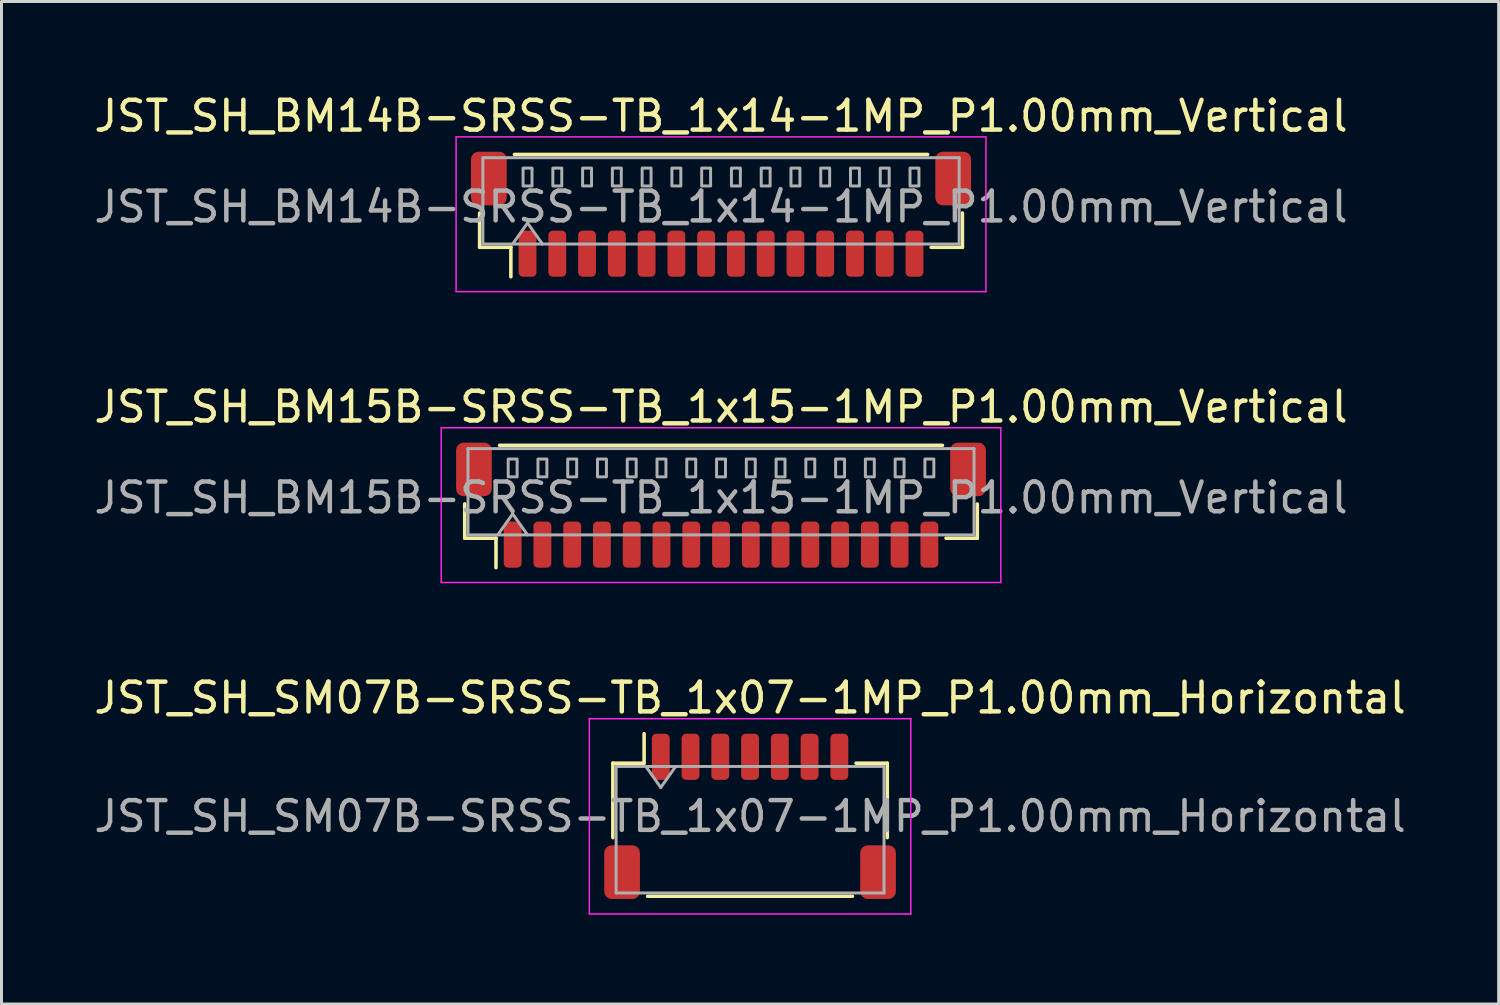
<source format=kicad_pcb>
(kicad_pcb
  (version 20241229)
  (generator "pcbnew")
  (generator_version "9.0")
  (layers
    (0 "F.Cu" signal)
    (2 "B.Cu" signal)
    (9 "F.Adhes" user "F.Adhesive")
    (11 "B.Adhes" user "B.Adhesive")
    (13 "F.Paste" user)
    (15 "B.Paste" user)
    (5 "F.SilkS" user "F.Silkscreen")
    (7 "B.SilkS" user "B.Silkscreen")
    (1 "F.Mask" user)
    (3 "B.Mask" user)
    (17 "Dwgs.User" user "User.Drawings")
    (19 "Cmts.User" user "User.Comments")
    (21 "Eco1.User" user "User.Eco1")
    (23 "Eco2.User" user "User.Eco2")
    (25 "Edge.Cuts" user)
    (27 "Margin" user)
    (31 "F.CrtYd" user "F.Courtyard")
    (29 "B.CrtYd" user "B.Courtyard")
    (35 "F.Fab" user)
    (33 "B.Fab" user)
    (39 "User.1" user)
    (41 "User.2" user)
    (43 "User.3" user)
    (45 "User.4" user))
  (footprint "JST_SH_BM14B-SRSS-TB_1x14-1MP_P1.00mm_Vertical"
    (layer "F.Cu")
    (at 21.173 4.148)
    (property "Reference" "JST_SH_BM14B-SRSS-TB_1x14-1MP_P1.00mm_Vertical" (at 0 -3.3 0) (layer "F.SilkS") (effects (font (size 1 1) (thickness 0.15))))
    (attr smd)
    (fp_line (start -8.11 -0.04) (end -8.11 1.11) (stroke (width 0.12) (type solid)) (layer "F.SilkS"))
    (fp_line (start -8.11 1.11) (end -7.06 1.11) (stroke (width 0.12) (type solid)) (layer "F.SilkS"))
    (fp_line (start -7.06 1.11) (end -7.06 2.1) (stroke (width 0.12) (type solid)) (layer "F.SilkS"))
    (fp_line (start -6.94 -2.01) (end 6.94 -2.01) (stroke (width 0.12) (type solid)) (layer "F.SilkS"))
    (fp_line (start 8.11 -0.04) (end 8.11 1.11) (stroke (width 0.12) (type solid)) (layer "F.SilkS"))
    (fp_line (start 8.11 1.11) (end 7.06 1.11) (stroke (width 0.12) (type solid)) (layer "F.SilkS"))
    (fp_line (start -8.9 -2.6) (end -8.9 2.6) (stroke (width 0.05) (type solid)) (layer "F.CrtYd"))
    (fp_line (start -8.9 2.6) (end 8.9 2.6) (stroke (width 0.05) (type solid)) (layer "F.CrtYd"))
    (fp_line (start 8.9 -2.6) (end -8.9 -2.6) (stroke (width 0.05) (type solid)) (layer "F.CrtYd"))
    (fp_line (start 8.9 2.6) (end 8.9 -2.6) (stroke (width 0.05) (type solid)) (layer "F.CrtYd"))
    (fp_line (start -8 -1.9) (end 8 -1.9) (stroke (width 0.1) (type solid)) (layer "F.Fab"))
    (fp_line (start -8 1) (end -8 -1.9) (stroke (width 0.1) (type solid)) (layer "F.Fab"))
    (fp_line (start -8 1) (end 8 1) (stroke (width 0.1) (type solid)) (layer "F.Fab"))
    (fp_line (start -7 1) (end -6.5 0.293) (stroke (width 0.1) (type solid)) (layer "F.Fab"))
    (fp_line (start -6.5 0.293) (end -6 1) (stroke (width 0.1) (type solid)) (layer "F.Fab"))
    (fp_line (start 8 1) (end 8 -1.9) (stroke (width 0.1) (type solid)) (layer "F.Fab"))
    (fp_rect (start -6.65 -1.55) (end -6.35 -0.95) (stroke (width 0.1) (type solid)) (fill no) (layer "F.Fab"))
    (fp_rect (start -5.65 -1.55) (end -5.35 -0.95) (stroke (width 0.1) (type solid)) (fill no) (layer "F.Fab"))
    (fp_rect (start -4.65 -1.55) (end -4.35 -0.95) (stroke (width 0.1) (type solid)) (fill no) (layer "F.Fab"))
    (fp_rect (start -3.65 -1.55) (end -3.35 -0.95) (stroke (width 0.1) (type solid)) (fill no) (layer "F.Fab"))
    (fp_rect (start -2.65 -1.55) (end -2.35 -0.95) (stroke (width 0.1) (type solid)) (fill no) (layer "F.Fab"))
    (fp_rect (start -1.65 -1.55) (end -1.35 -0.95) (stroke (width 0.1) (type solid)) (fill no) (layer "F.Fab"))
    (fp_rect (start -0.65 -1.55) (end -0.35 -0.95) (stroke (width 0.1) (type solid)) (fill no) (layer "F.Fab"))
    (fp_rect (start 0.35 -1.55) (end 0.65 -0.95) (stroke (width 0.1) (type solid)) (fill no) (layer "F.Fab"))
    (fp_rect (start 1.35 -1.55) (end 1.65 -0.95) (stroke (width 0.1) (type solid)) (fill no) (layer "F.Fab"))
    (fp_rect (start 2.35 -1.55) (end 2.65 -0.95) (stroke (width 0.1) (type solid)) (fill no) (layer "F.Fab"))
    (fp_rect (start 3.35 -1.55) (end 3.65 -0.95) (stroke (width 0.1) (type solid)) (fill no) (layer "F.Fab"))
    (fp_rect (start 4.35 -1.55) (end 4.65 -0.95) (stroke (width 0.1) (type solid)) (fill no) (layer "F.Fab"))
    (fp_rect (start 5.35 -1.55) (end 5.65 -0.95) (stroke (width 0.1) (type solid)) (fill no) (layer "F.Fab"))
    (fp_rect (start 6.35 -1.55) (end 6.65 -0.95) (stroke (width 0.1) (type solid)) (fill no) (layer "F.Fab"))
    (fp_text user "${REFERENCE}" (at 0 -0.25 0) (layer "F.Fab") (effects (font (size 1 1) (thickness 0.15))))
    (pad "1" smd roundrect (at -6.5 1.325) (size 0.6 1.55) (layers "F.Cu" "F.Mask" "F.Paste") (roundrect_rratio 0.25))
    (pad "2" smd roundrect (at -5.5 1.325) (size 0.6 1.55) (layers "F.Cu" "F.Mask" "F.Paste") (roundrect_rratio 0.25))
    (pad "3" smd roundrect (at -4.5 1.325) (size 0.6 1.55) (layers "F.Cu" "F.Mask" "F.Paste") (roundrect_rratio 0.25))
    (pad "4" smd roundrect (at -3.5 1.325) (size 0.6 1.55) (layers "F.Cu" "F.Mask" "F.Paste") (roundrect_rratio 0.25))
    (pad "5" smd roundrect (at -2.5 1.325) (size 0.6 1.55) (layers "F.Cu" "F.Mask" "F.Paste") (roundrect_rratio 0.25))
    (pad "6" smd roundrect (at -1.5 1.325) (size 0.6 1.55) (layers "F.Cu" "F.Mask" "F.Paste") (roundrect_rratio 0.25))
    (pad "7" smd roundrect (at -0.5 1.325) (size 0.6 1.55) (layers "F.Cu" "F.Mask" "F.Paste") (roundrect_rratio 0.25))
    (pad "8" smd roundrect (at 0.5 1.325) (size 0.6 1.55) (layers "F.Cu" "F.Mask" "F.Paste") (roundrect_rratio 0.25))
    (pad "9" smd roundrect (at 1.5 1.325) (size 0.6 1.55) (layers "F.Cu" "F.Mask" "F.Paste") (roundrect_rratio 0.25))
    (pad "10" smd roundrect (at 2.5 1.325) (size 0.6 1.55) (layers "F.Cu" "F.Mask" "F.Paste") (roundrect_rratio 0.25))
    (pad "11" smd roundrect (at 3.5 1.325) (size 0.6 1.55) (layers "F.Cu" "F.Mask" "F.Paste") (roundrect_rratio 0.25))
    (pad "12" smd roundrect (at 4.5 1.325) (size 0.6 1.55) (layers "F.Cu" "F.Mask" "F.Paste") (roundrect_rratio 0.25))
    (pad "13" smd roundrect (at 5.5 1.325) (size 0.6 1.55) (layers "F.Cu" "F.Mask" "F.Paste") (roundrect_rratio 0.25))
    (pad "14" smd roundrect (at 6.5 1.325) (size 0.6 1.55) (layers "F.Cu" "F.Mask" "F.Paste") (roundrect_rratio 0.25))
    (pad "MP" smd roundrect (at -7.8 -1.2) (size 1.2 1.8) (layers "F.Cu" "F.Mask" "F.Paste") (roundrect_rratio 0.208))
    (pad "MP" smd roundrect (at 7.8 -1.2) (size 1.2 1.8) (layers "F.Cu" "F.Mask" "F.Paste") (roundrect_rratio 0.208)))
  (footprint "JST_SH_SM07B-SRSS-TB_1x07-1MP_P1.00mm_Horizontal"
    (layer "F.Cu")
    (at 22.149 24.375)
    (property "Reference" "JST_SH_SM07B-SRSS-TB_1x07-1MP_P1.00mm_Horizontal" (at 0 -3.98 0) (layer "F.SilkS") (effects (font (size 1 1) (thickness 0.15))))
    (attr smd)
    (fp_line (start -4.61 -1.785) (end -3.56 -1.785) (stroke (width 0.12) (type solid)) (layer "F.SilkS"))
    (fp_line (start -4.61 0.715) (end -4.61 -1.785) (stroke (width 0.12) (type solid)) (layer "F.SilkS"))
    (fp_line (start -3.56 -1.785) (end -3.56 -2.775) (stroke (width 0.12) (type solid)) (layer "F.SilkS"))
    (fp_line (start -3.44 2.685) (end 3.44 2.685) (stroke (width 0.12) (type solid)) (layer "F.SilkS"))
    (fp_line (start 4.61 -1.785) (end 3.56 -1.785) (stroke (width 0.12) (type solid)) (layer "F.SilkS"))
    (fp_line (start 4.61 0.715) (end 4.61 -1.785) (stroke (width 0.12) (type solid)) (layer "F.SilkS"))
    (fp_line (start -5.4 -3.28) (end -5.4 3.28) (stroke (width 0.05) (type solid)) (layer "F.CrtYd"))
    (fp_line (start -5.4 3.28) (end 5.4 3.28) (stroke (width 0.05) (type solid)) (layer "F.CrtYd"))
    (fp_line (start 5.4 -3.28) (end -5.4 -3.28) (stroke (width 0.05) (type solid)) (layer "F.CrtYd"))
    (fp_line (start 5.4 3.28) (end 5.4 -3.28) (stroke (width 0.05) (type solid)) (layer "F.CrtYd"))
    (fp_line (start -4.5 -1.675) (end -4.5 2.575) (stroke (width 0.1) (type solid)) (layer "F.Fab"))
    (fp_line (start -4.5 -1.675) (end 4.5 -1.675) (stroke (width 0.1) (type solid)) (layer "F.Fab"))
    (fp_line (start -4.5 2.575) (end 4.5 2.575) (stroke (width 0.1) (type solid)) (layer "F.Fab"))
    (fp_line (start -3.5 -1.675) (end -3 -0.968) (stroke (width 0.1) (type solid)) (layer "F.Fab"))
    (fp_line (start -3 -0.968) (end -2.5 -1.675) (stroke (width 0.1) (type solid)) (layer "F.Fab"))
    (fp_line (start 4.5 -1.675) (end 4.5 2.575) (stroke (width 0.1) (type solid)) (layer "F.Fab"))
    (fp_text user "${REFERENCE}" (at 0 0 0) (layer "F.Fab") (effects (font (size 1 1) (thickness 0.15))))
    (pad "1" smd roundrect (at -3 -2) (size 0.6 1.55) (layers "F.Cu" "F.Mask" "F.Paste") (roundrect_rratio 0.25))
    (pad "2" smd roundrect (at -2 -2) (size 0.6 1.55) (layers "F.Cu" "F.Mask" "F.Paste") (roundrect_rratio 0.25))
    (pad "3" smd roundrect (at -1 -2) (size 0.6 1.55) (layers "F.Cu" "F.Mask" "F.Paste") (roundrect_rratio 0.25))
    (pad "4" smd roundrect (at 0 -2) (size 0.6 1.55) (layers "F.Cu" "F.Mask" "F.Paste") (roundrect_rratio 0.25))
    (pad "5" smd roundrect (at 1 -2) (size 0.6 1.55) (layers "F.Cu" "F.Mask" "F.Paste") (roundrect_rratio 0.25))
    (pad "6" smd roundrect (at 2 -2) (size 0.6 1.55) (layers "F.Cu" "F.Mask" "F.Paste") (roundrect_rratio 0.25))
    (pad "7" smd roundrect (at 3 -2) (size 0.6 1.55) (layers "F.Cu" "F.Mask" "F.Paste") (roundrect_rratio 0.25))
    (pad "MP" smd roundrect (at -4.3 1.875) (size 1.2 1.8) (layers "F.Cu" "F.Mask" "F.Paste") (roundrect_rratio 0.208))
    (pad "MP" smd roundrect (at 4.3 1.875) (size 1.2 1.8) (layers "F.Cu" "F.Mask" "F.Paste") (roundrect_rratio 0.208)))
  (footprint "JST_SH_BM15B-SRSS-TB_1x15-1MP_P1.00mm_Vertical"
    (layer "F.Cu")
    (at 21.173 13.921)
    (property "Reference" "JST_SH_BM15B-SRSS-TB_1x15-1MP_P1.00mm_Vertical" (at 0 -3.3 0) (layer "F.SilkS") (effects (font (size 1 1) (thickness 0.15))))
    (attr smd)
    (fp_line (start -8.61 -0.04) (end -8.61 1.11) (stroke (width 0.12) (type solid)) (layer "F.SilkS"))
    (fp_line (start -8.61 1.11) (end -7.56 1.11) (stroke (width 0.12) (type solid)) (layer "F.SilkS"))
    (fp_line (start -7.56 1.11) (end -7.56 2.1) (stroke (width 0.12) (type solid)) (layer "F.SilkS"))
    (fp_line (start -7.44 -2.01) (end 7.44 -2.01) (stroke (width 0.12) (type solid)) (layer "F.SilkS"))
    (fp_line (start 8.61 -0.04) (end 8.61 1.11) (stroke (width 0.12) (type solid)) (layer "F.SilkS"))
    (fp_line (start 8.61 1.11) (end 7.56 1.11) (stroke (width 0.12) (type solid)) (layer "F.SilkS"))
    (fp_line (start -9.4 -2.6) (end -9.4 2.6) (stroke (width 0.05) (type solid)) (layer "F.CrtYd"))
    (fp_line (start -9.4 2.6) (end 9.4 2.6) (stroke (width 0.05) (type solid)) (layer "F.CrtYd"))
    (fp_line (start 9.4 -2.6) (end -9.4 -2.6) (stroke (width 0.05) (type solid)) (layer "F.CrtYd"))
    (fp_line (start 9.4 2.6) (end 9.4 -2.6) (stroke (width 0.05) (type solid)) (layer "F.CrtYd"))
    (fp_line (start -8.5 -1.9) (end 8.5 -1.9) (stroke (width 0.1) (type solid)) (layer "F.Fab"))
    (fp_line (start -8.5 1) (end -8.5 -1.9) (stroke (width 0.1) (type solid)) (layer "F.Fab"))
    (fp_line (start -8.5 1) (end 8.5 1) (stroke (width 0.1) (type solid)) (layer "F.Fab"))
    (fp_line (start -7.5 1) (end -7 0.293) (stroke (width 0.1) (type solid)) (layer "F.Fab"))
    (fp_line (start -7 0.293) (end -6.5 1) (stroke (width 0.1) (type solid)) (layer "F.Fab"))
    (fp_line (start 8.5 1) (end 8.5 -1.9) (stroke (width 0.1) (type solid)) (layer "F.Fab"))
    (fp_rect (start -7.15 -1.55) (end -6.85 -0.95) (stroke (width 0.1) (type solid)) (fill no) (layer "F.Fab"))
    (fp_rect (start -6.15 -1.55) (end -5.85 -0.95) (stroke (width 0.1) (type solid)) (fill no) (layer "F.Fab"))
    (fp_rect (start -5.15 -1.55) (end -4.85 -0.95) (stroke (width 0.1) (type solid)) (fill no) (layer "F.Fab"))
    (fp_rect (start -4.15 -1.55) (end -3.85 -0.95) (stroke (width 0.1) (type solid)) (fill no) (layer "F.Fab"))
    (fp_rect (start -3.15 -1.55) (end -2.85 -0.95) (stroke (width 0.1) (type solid)) (fill no) (layer "F.Fab"))
    (fp_rect (start -2.15 -1.55) (end -1.85 -0.95) (stroke (width 0.1) (type solid)) (fill no) (layer "F.Fab"))
    (fp_rect (start -1.15 -1.55) (end -0.85 -0.95) (stroke (width 0.1) (type solid)) (fill no) (layer "F.Fab"))
    (fp_rect (start -0.15 -1.55) (end 0.15 -0.95) (stroke (width 0.1) (type solid)) (fill no) (layer "F.Fab"))
    (fp_rect (start 0.85 -1.55) (end 1.15 -0.95) (stroke (width 0.1) (type solid)) (fill no) (layer "F.Fab"))
    (fp_rect (start 1.85 -1.55) (end 2.15 -0.95) (stroke (width 0.1) (type solid)) (fill no) (layer "F.Fab"))
    (fp_rect (start 2.85 -1.55) (end 3.15 -0.95) (stroke (width 0.1) (type solid)) (fill no) (layer "F.Fab"))
    (fp_rect (start 3.85 -1.55) (end 4.15 -0.95) (stroke (width 0.1) (type solid)) (fill no) (layer "F.Fab"))
    (fp_rect (start 4.85 -1.55) (end 5.15 -0.95) (stroke (width 0.1) (type solid)) (fill no) (layer "F.Fab"))
    (fp_rect (start 5.85 -1.55) (end 6.15 -0.95) (stroke (width 0.1) (type solid)) (fill no) (layer "F.Fab"))
    (fp_rect (start 6.85 -1.55) (end 7.15 -0.95) (stroke (width 0.1) (type solid)) (fill no) (layer "F.Fab"))
    (fp_text user "${REFERENCE}" (at 0 -0.25 0) (layer "F.Fab") (effects (font (size 1 1) (thickness 0.15))))
    (pad "1" smd roundrect (at -7 1.325) (size 0.6 1.55) (layers "F.Cu" "F.Mask" "F.Paste") (roundrect_rratio 0.25))
    (pad "2" smd roundrect (at -6 1.325) (size 0.6 1.55) (layers "F.Cu" "F.Mask" "F.Paste") (roundrect_rratio 0.25))
    (pad "3" smd roundrect (at -5 1.325) (size 0.6 1.55) (layers "F.Cu" "F.Mask" "F.Paste") (roundrect_rratio 0.25))
    (pad "4" smd roundrect (at -4 1.325) (size 0.6 1.55) (layers "F.Cu" "F.Mask" "F.Paste") (roundrect_rratio 0.25))
    (pad "5" smd roundrect (at -3 1.325) (size 0.6 1.55) (layers "F.Cu" "F.Mask" "F.Paste") (roundrect_rratio 0.25))
    (pad "6" smd roundrect (at -2 1.325) (size 0.6 1.55) (layers "F.Cu" "F.Mask" "F.Paste") (roundrect_rratio 0.25))
    (pad "7" smd roundrect (at -1 1.325) (size 0.6 1.55) (layers "F.Cu" "F.Mask" "F.Paste") (roundrect_rratio 0.25))
    (pad "8" smd roundrect (at 0 1.325) (size 0.6 1.55) (layers "F.Cu" "F.Mask" "F.Paste") (roundrect_rratio 0.25))
    (pad "9" smd roundrect (at 1 1.325) (size 0.6 1.55) (layers "F.Cu" "F.Mask" "F.Paste") (roundrect_rratio 0.25))
    (pad "10" smd roundrect (at 2 1.325) (size 0.6 1.55) (layers "F.Cu" "F.Mask" "F.Paste") (roundrect_rratio 0.25))
    (pad "11" smd roundrect (at 3 1.325) (size 0.6 1.55) (layers "F.Cu" "F.Mask" "F.Paste") (roundrect_rratio 0.25))
    (pad "12" smd roundrect (at 4 1.325) (size 0.6 1.55) (layers "F.Cu" "F.Mask" "F.Paste") (roundrect_rratio 0.25))
    (pad "13" smd roundrect (at 5 1.325) (size 0.6 1.55) (layers "F.Cu" "F.Mask" "F.Paste") (roundrect_rratio 0.25))
    (pad "14" smd roundrect (at 6 1.325) (size 0.6 1.55) (layers "F.Cu" "F.Mask" "F.Paste") (roundrect_rratio 0.25))
    (pad "15" smd roundrect (at 7 1.325) (size 0.6 1.55) (layers "F.Cu" "F.Mask" "F.Paste") (roundrect_rratio 0.25))
    (pad "MP" smd roundrect (at -8.3 -1.2) (size 1.2 1.8) (layers "F.Cu" "F.Mask" "F.Paste") (roundrect_rratio 0.208))
    (pad "MP" smd roundrect (at 8.3 -1.2) (size 1.2 1.8) (layers "F.Cu" "F.Mask" "F.Paste") (roundrect_rratio 0.208)))
  (gr_rect
    (start -3 -3)
    (end 47.298 30.68)
    (stroke (width 0.1) (type default))
    (fill no)
    (layer "Edge.Cuts")))
</source>
